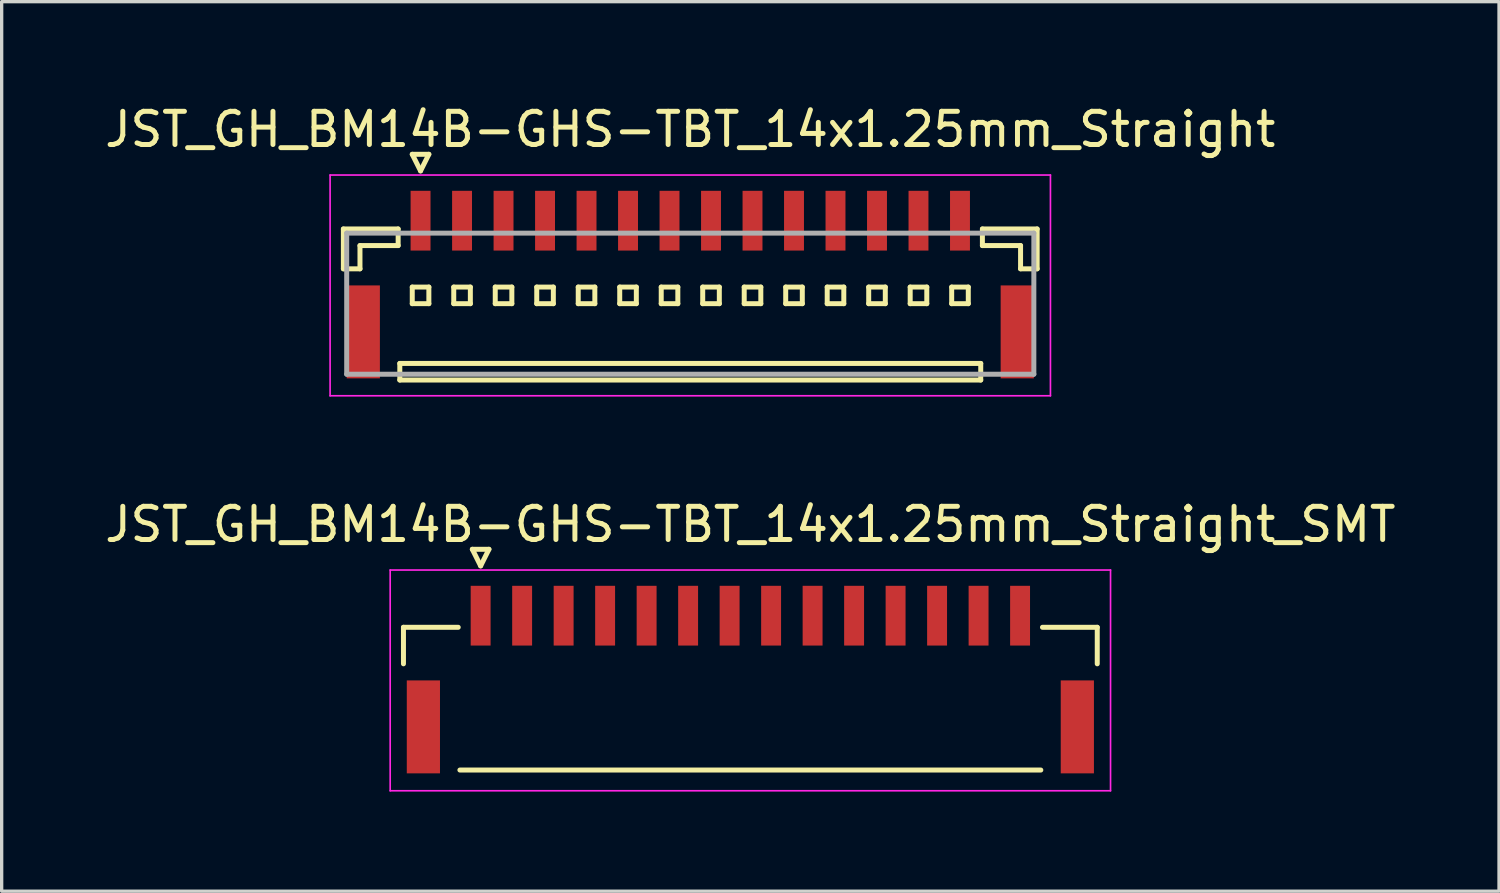
<source format=kicad_pcb>
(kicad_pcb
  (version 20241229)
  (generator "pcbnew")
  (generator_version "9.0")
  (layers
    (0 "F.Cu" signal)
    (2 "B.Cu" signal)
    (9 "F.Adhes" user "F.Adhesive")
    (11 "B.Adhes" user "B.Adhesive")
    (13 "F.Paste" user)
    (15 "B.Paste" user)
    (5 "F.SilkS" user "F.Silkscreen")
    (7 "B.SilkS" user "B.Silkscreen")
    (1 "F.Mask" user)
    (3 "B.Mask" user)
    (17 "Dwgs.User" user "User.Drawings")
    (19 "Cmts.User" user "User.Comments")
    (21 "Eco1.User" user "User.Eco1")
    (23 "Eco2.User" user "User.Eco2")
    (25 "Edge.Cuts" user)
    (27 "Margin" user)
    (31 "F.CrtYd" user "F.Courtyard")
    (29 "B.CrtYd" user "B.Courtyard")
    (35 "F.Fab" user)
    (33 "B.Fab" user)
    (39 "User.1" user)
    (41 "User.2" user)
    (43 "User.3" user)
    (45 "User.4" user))
  (footprint "JST_GH_BM14B-GHS-TBT_14x1.25mm_Straight"
    (layer "F.Cu")
    (at 17.744 5.273)
    (property "Reference" "JST_GH_BM14B-GHS-TBT_14x1.25mm_Straight" (at 0 -4.425 0) (layer "F.SilkS") (effects (font (size 1 1) (thickness 0.15))))
    (attr smd)
    (fp_line (start -10.45 -1.425) (end -8.8 -1.425) (stroke (width 0.15) (type solid)) (layer "F.SilkS"))
    (fp_line (start -10.45 -0.225) (end -10.45 -1.425) (stroke (width 0.15) (type solid)) (layer "F.SilkS"))
    (fp_line (start -9.95 -0.925) (end -9.95 -0.225) (stroke (width 0.15) (type solid)) (layer "F.SilkS"))
    (fp_line (start -9.95 -0.225) (end -10.45 -0.225) (stroke (width 0.15) (type solid)) (layer "F.SilkS"))
    (fp_line (start -8.8 -1.425) (end -8.8 -0.925) (stroke (width 0.15) (type solid)) (layer "F.SilkS"))
    (fp_line (start -8.8 -0.925) (end -9.95 -0.925) (stroke (width 0.15) (type solid)) (layer "F.SilkS"))
    (fp_line (start -8.75 2.625) (end -8.75 3.125) (stroke (width 0.15) (type solid)) (layer "F.SilkS"))
    (fp_line (start -8.75 3.125) (end 8.75 3.125) (stroke (width 0.15) (type solid)) (layer "F.SilkS"))
    (fp_line (start -8.375 -3.675) (end -7.875 -3.675) (stroke (width 0.15) (type solid)) (layer "F.SilkS"))
    (fp_line (start -8.375 0.325) (end -8.375 0.825) (stroke (width 0.15) (type solid)) (layer "F.SilkS"))
    (fp_line (start -8.375 0.825) (end -7.875 0.825) (stroke (width 0.15) (type solid)) (layer "F.SilkS"))
    (fp_line (start -8.125 -3.175) (end -8.375 -3.675) (stroke (width 0.15) (type solid)) (layer "F.SilkS"))
    (fp_line (start -7.875 -3.675) (end -8.125 -3.175) (stroke (width 0.15) (type solid)) (layer "F.SilkS"))
    (fp_line (start -7.875 0.325) (end -8.375 0.325) (stroke (width 0.15) (type solid)) (layer "F.SilkS"))
    (fp_line (start -7.875 0.825) (end -7.875 0.325) (stroke (width 0.15) (type solid)) (layer "F.SilkS"))
    (fp_line (start -7.125 0.325) (end -7.125 0.825) (stroke (width 0.15) (type solid)) (layer "F.SilkS"))
    (fp_line (start -7.125 0.825) (end -6.625 0.825) (stroke (width 0.15) (type solid)) (layer "F.SilkS"))
    (fp_line (start -6.625 0.325) (end -7.125 0.325) (stroke (width 0.15) (type solid)) (layer "F.SilkS"))
    (fp_line (start -6.625 0.825) (end -6.625 0.325) (stroke (width 0.15) (type solid)) (layer "F.SilkS"))
    (fp_line (start -5.875 0.325) (end -5.875 0.825) (stroke (width 0.15) (type solid)) (layer "F.SilkS"))
    (fp_line (start -5.875 0.825) (end -5.375 0.825) (stroke (width 0.15) (type solid)) (layer "F.SilkS"))
    (fp_line (start -5.375 0.325) (end -5.875 0.325) (stroke (width 0.15) (type solid)) (layer "F.SilkS"))
    (fp_line (start -5.375 0.825) (end -5.375 0.325) (stroke (width 0.15) (type solid)) (layer "F.SilkS"))
    (fp_line (start -4.625 0.325) (end -4.625 0.825) (stroke (width 0.15) (type solid)) (layer "F.SilkS"))
    (fp_line (start -4.625 0.825) (end -4.125 0.825) (stroke (width 0.15) (type solid)) (layer "F.SilkS"))
    (fp_line (start -4.125 0.325) (end -4.625 0.325) (stroke (width 0.15) (type solid)) (layer "F.SilkS"))
    (fp_line (start -4.125 0.825) (end -4.125 0.325) (stroke (width 0.15) (type solid)) (layer "F.SilkS"))
    (fp_line (start -3.375 0.325) (end -3.375 0.825) (stroke (width 0.15) (type solid)) (layer "F.SilkS"))
    (fp_line (start -3.375 0.825) (end -2.875 0.825) (stroke (width 0.15) (type solid)) (layer "F.SilkS"))
    (fp_line (start -2.875 0.325) (end -3.375 0.325) (stroke (width 0.15) (type solid)) (layer "F.SilkS"))
    (fp_line (start -2.875 0.825) (end -2.875 0.325) (stroke (width 0.15) (type solid)) (layer "F.SilkS"))
    (fp_line (start -2.125 0.325) (end -2.125 0.825) (stroke (width 0.15) (type solid)) (layer "F.SilkS"))
    (fp_line (start -2.125 0.825) (end -1.625 0.825) (stroke (width 0.15) (type solid)) (layer "F.SilkS"))
    (fp_line (start -1.625 0.325) (end -2.125 0.325) (stroke (width 0.15) (type solid)) (layer "F.SilkS"))
    (fp_line (start -1.625 0.825) (end -1.625 0.325) (stroke (width 0.15) (type solid)) (layer "F.SilkS"))
    (fp_line (start -0.875 0.325) (end -0.875 0.825) (stroke (width 0.15) (type solid)) (layer "F.SilkS"))
    (fp_line (start -0.875 0.825) (end -0.375 0.825) (stroke (width 0.15) (type solid)) (layer "F.SilkS"))
    (fp_line (start -0.375 0.325) (end -0.875 0.325) (stroke (width 0.15) (type solid)) (layer "F.SilkS"))
    (fp_line (start -0.375 0.825) (end -0.375 0.325) (stroke (width 0.15) (type solid)) (layer "F.SilkS"))
    (fp_line (start 0.375 0.325) (end 0.375 0.825) (stroke (width 0.15) (type solid)) (layer "F.SilkS"))
    (fp_line (start 0.375 0.825) (end 0.875 0.825) (stroke (width 0.15) (type solid)) (layer "F.SilkS"))
    (fp_line (start 0.875 0.325) (end 0.375 0.325) (stroke (width 0.15) (type solid)) (layer "F.SilkS"))
    (fp_line (start 0.875 0.825) (end 0.875 0.325) (stroke (width 0.15) (type solid)) (layer "F.SilkS"))
    (fp_line (start 1.625 0.325) (end 1.625 0.825) (stroke (width 0.15) (type solid)) (layer "F.SilkS"))
    (fp_line (start 1.625 0.825) (end 2.125 0.825) (stroke (width 0.15) (type solid)) (layer "F.SilkS"))
    (fp_line (start 2.125 0.325) (end 1.625 0.325) (stroke (width 0.15) (type solid)) (layer "F.SilkS"))
    (fp_line (start 2.125 0.825) (end 2.125 0.325) (stroke (width 0.15) (type solid)) (layer "F.SilkS"))
    (fp_line (start 2.875 0.325) (end 2.875 0.825) (stroke (width 0.15) (type solid)) (layer "F.SilkS"))
    (fp_line (start 2.875 0.825) (end 3.375 0.825) (stroke (width 0.15) (type solid)) (layer "F.SilkS"))
    (fp_line (start 3.375 0.325) (end 2.875 0.325) (stroke (width 0.15) (type solid)) (layer "F.SilkS"))
    (fp_line (start 3.375 0.825) (end 3.375 0.325) (stroke (width 0.15) (type solid)) (layer "F.SilkS"))
    (fp_line (start 4.125 0.325) (end 4.125 0.825) (stroke (width 0.15) (type solid)) (layer "F.SilkS"))
    (fp_line (start 4.125 0.825) (end 4.625 0.825) (stroke (width 0.15) (type solid)) (layer "F.SilkS"))
    (fp_line (start 4.625 0.325) (end 4.125 0.325) (stroke (width 0.15) (type solid)) (layer "F.SilkS"))
    (fp_line (start 4.625 0.825) (end 4.625 0.325) (stroke (width 0.15) (type solid)) (layer "F.SilkS"))
    (fp_line (start 5.375 0.325) (end 5.375 0.825) (stroke (width 0.15) (type solid)) (layer "F.SilkS"))
    (fp_line (start 5.375 0.825) (end 5.875 0.825) (stroke (width 0.15) (type solid)) (layer "F.SilkS"))
    (fp_line (start 5.875 0.325) (end 5.375 0.325) (stroke (width 0.15) (type solid)) (layer "F.SilkS"))
    (fp_line (start 5.875 0.825) (end 5.875 0.325) (stroke (width 0.15) (type solid)) (layer "F.SilkS"))
    (fp_line (start 6.625 0.325) (end 6.625 0.825) (stroke (width 0.15) (type solid)) (layer "F.SilkS"))
    (fp_line (start 6.625 0.825) (end 7.125 0.825) (stroke (width 0.15) (type solid)) (layer "F.SilkS"))
    (fp_line (start 7.125 0.325) (end 6.625 0.325) (stroke (width 0.15) (type solid)) (layer "F.SilkS"))
    (fp_line (start 7.125 0.825) (end 7.125 0.325) (stroke (width 0.15) (type solid)) (layer "F.SilkS"))
    (fp_line (start 7.875 0.325) (end 7.875 0.825) (stroke (width 0.15) (type solid)) (layer "F.SilkS"))
    (fp_line (start 7.875 0.825) (end 8.375 0.825) (stroke (width 0.15) (type solid)) (layer "F.SilkS"))
    (fp_line (start 8.375 0.325) (end 7.875 0.325) (stroke (width 0.15) (type solid)) (layer "F.SilkS"))
    (fp_line (start 8.375 0.825) (end 8.375 0.325) (stroke (width 0.15) (type solid)) (layer "F.SilkS"))
    (fp_line (start 8.75 2.625) (end -8.75 2.625) (stroke (width 0.15) (type solid)) (layer "F.SilkS"))
    (fp_line (start 8.75 3.125) (end 8.75 2.625) (stroke (width 0.15) (type solid)) (layer "F.SilkS"))
    (fp_line (start 8.8 -1.425) (end 8.8 -0.925) (stroke (width 0.15) (type solid)) (layer "F.SilkS"))
    (fp_line (start 8.8 -0.925) (end 9.95 -0.925) (stroke (width 0.15) (type solid)) (layer "F.SilkS"))
    (fp_line (start 9.95 -0.925) (end 9.95 -0.225) (stroke (width 0.15) (type solid)) (layer "F.SilkS"))
    (fp_line (start 9.95 -0.225) (end 10.45 -0.225) (stroke (width 0.15) (type solid)) (layer "F.SilkS"))
    (fp_line (start 10.45 -1.425) (end 8.8 -1.425) (stroke (width 0.15) (type solid)) (layer "F.SilkS"))
    (fp_line (start 10.45 -0.225) (end 10.45 -1.425) (stroke (width 0.15) (type solid)) (layer "F.SilkS"))
    (fp_line (start -10.85 -3.05) (end -10.85 3.6) (stroke (width 0.05) (type solid)) (layer "F.CrtYd"))
    (fp_line (start -10.85 3.6) (end 10.85 3.6) (stroke (width 0.05) (type solid)) (layer "F.CrtYd"))
    (fp_line (start 10.85 -3.05) (end -10.85 -3.05) (stroke (width 0.05) (type solid)) (layer "F.CrtYd"))
    (fp_line (start 10.85 3.6) (end 10.85 -3.05) (stroke (width 0.05) (type solid)) (layer "F.CrtYd"))
    (fp_line (start -10.35 -1.3) (end -10.35 2.95) (stroke (width 0.15) (type solid)) (layer "F.Fab"))
    (fp_line (start -10.35 2.95) (end 10.35 2.95) (stroke (width 0.15) (type solid)) (layer "F.Fab"))
    (fp_line (start 10.35 -1.3) (end -10.35 -1.3) (stroke (width 0.15) (type solid)) (layer "F.Fab"))
    (fp_line (start 10.35 2.95) (end 10.35 -1.3) (stroke (width 0.15) (type solid)) (layer "F.Fab"))
    (pad "" smd rect (at -9.85 1.675) (size 1 2.8) (layers "F.Cu" "F.Mask" "F.Paste"))
    (pad "" smd rect (at 9.85 1.675) (size 1 2.8) (layers "F.Cu" "F.Mask" "F.Paste"))
    (pad "1" smd rect (at -8.125 -1.675) (size 0.6 1.8) (layers "F.Cu" "F.Mask" "F.Paste"))
    (pad "2" smd rect (at -6.875 -1.675) (size 0.6 1.8) (layers "F.Cu" "F.Mask" "F.Paste"))
    (pad "3" smd rect (at -5.625 -1.675) (size 0.6 1.8) (layers "F.Cu" "F.Mask" "F.Paste"))
    (pad "4" smd rect (at -4.375 -1.675) (size 0.6 1.8) (layers "F.Cu" "F.Mask" "F.Paste"))
    (pad "5" smd rect (at -3.125 -1.675) (size 0.6 1.8) (layers "F.Cu" "F.Mask" "F.Paste"))
    (pad "6" smd rect (at -1.875 -1.675) (size 0.6 1.8) (layers "F.Cu" "F.Mask" "F.Paste"))
    (pad "7" smd rect (at -0.625 -1.675) (size 0.6 1.8) (layers "F.Cu" "F.Mask" "F.Paste"))
    (pad "8" smd rect (at 0.625 -1.675) (size 0.6 1.8) (layers "F.Cu" "F.Mask" "F.Paste"))
    (pad "9" smd rect (at 1.875 -1.675) (size 0.6 1.8) (layers "F.Cu" "F.Mask" "F.Paste"))
    (pad "10" smd rect (at 3.125 -1.675) (size 0.6 1.8) (layers "F.Cu" "F.Mask" "F.Paste"))
    (pad "11" smd rect (at 4.375 -1.675) (size 0.6 1.8) (layers "F.Cu" "F.Mask" "F.Paste"))
    (pad "12" smd rect (at 5.625 -1.675) (size 0.6 1.8) (layers "F.Cu" "F.Mask" "F.Paste"))
    (pad "13" smd rect (at 6.875 -1.675) (size 0.6 1.8) (layers "F.Cu" "F.Mask" "F.Paste"))
    (pad "14" smd rect (at 8.125 -1.675) (size 0.6 1.8) (layers "F.Cu" "F.Mask" "F.Paste")))
  (footprint "JST_GH_BM14B-GHS-TBT_14x1.25mm_Straight_SMT"
    (layer "F.Cu")
    (at 19.554 17.172)
    (property "Reference" "JST_GH_BM14B-GHS-TBT_14x1.25mm_Straight_SMT" (at 0 -4.425 0) (layer "F.SilkS") (effects (font (size 1 1) (thickness 0.15))))
    (attr smd)
    (fp_line (start -10.45 -1.325) (end -8.8 -1.325) (stroke (width 0.15) (type solid)) (layer "F.SilkS"))
    (fp_line (start -10.45 -0.225) (end -10.45 -1.325) (stroke (width 0.15) (type solid)) (layer "F.SilkS"))
    (fp_line (start -8.75 2.975) (end 8.75 2.975) (stroke (width 0.15) (type solid)) (layer "F.SilkS"))
    (fp_line (start -8.375 -3.675) (end -7.875 -3.675) (stroke (width 0.15) (type solid)) (layer "F.SilkS"))
    (fp_line (start -8.125 -3.175) (end -8.375 -3.675) (stroke (width 0.15) (type solid)) (layer "F.SilkS"))
    (fp_line (start -7.875 -3.675) (end -8.125 -3.175) (stroke (width 0.15) (type solid)) (layer "F.SilkS"))
    (fp_line (start 10.45 -1.325) (end 8.8 -1.325) (stroke (width 0.15) (type solid)) (layer "F.SilkS"))
    (fp_line (start 10.45 -0.225) (end 10.45 -1.325) (stroke (width 0.15) (type solid)) (layer "F.SilkS"))
    (fp_line (start -10.85 -3.05) (end -10.85 3.6) (stroke (width 0.05) (type solid)) (layer "F.CrtYd"))
    (fp_line (start -10.85 3.6) (end 10.85 3.6) (stroke (width 0.05) (type solid)) (layer "F.CrtYd"))
    (fp_line (start 10.85 -3.05) (end -10.85 -3.05) (stroke (width 0.05) (type solid)) (layer "F.CrtYd"))
    (fp_line (start 10.85 3.6) (end 10.85 -3.05) (stroke (width 0.05) (type solid)) (layer "F.CrtYd"))
    (pad "" smd rect (at -9.85 1.675) (size 1 2.8) (layers "F.Cu" "F.Mask" "F.Paste"))
    (pad "" smd rect (at 9.85 1.675) (size 1 2.8) (layers "F.Cu" "F.Mask" "F.Paste"))
    (pad "1" smd rect (at -8.125 -1.675) (size 0.6 1.8) (layers "F.Cu" "F.Mask" "F.Paste"))
    (pad "2" smd rect (at -6.875 -1.675) (size 0.6 1.8) (layers "F.Cu" "F.Mask" "F.Paste"))
    (pad "3" smd rect (at -5.625 -1.675) (size 0.6 1.8) (layers "F.Cu" "F.Mask" "F.Paste"))
    (pad "4" smd rect (at -4.375 -1.675) (size 0.6 1.8) (layers "F.Cu" "F.Mask" "F.Paste"))
    (pad "5" smd rect (at -3.125 -1.675) (size 0.6 1.8) (layers "F.Cu" "F.Mask" "F.Paste"))
    (pad "6" smd rect (at -1.875 -1.675) (size 0.6 1.8) (layers "F.Cu" "F.Mask" "F.Paste"))
    (pad "7" smd rect (at -0.625 -1.675) (size 0.6 1.8) (layers "F.Cu" "F.Mask" "F.Paste"))
    (pad "8" smd rect (at 0.625 -1.675) (size 0.6 1.8) (layers "F.Cu" "F.Mask" "F.Paste"))
    (pad "9" smd rect (at 1.875 -1.675) (size 0.6 1.8) (layers "F.Cu" "F.Mask" "F.Paste"))
    (pad "10" smd rect (at 3.125 -1.675) (size 0.6 1.8) (layers "F.Cu" "F.Mask" "F.Paste"))
    (pad "11" smd rect (at 4.375 -1.675) (size 0.6 1.8) (layers "F.Cu" "F.Mask" "F.Paste"))
    (pad "12" smd rect (at 5.625 -1.675) (size 0.6 1.8) (layers "F.Cu" "F.Mask" "F.Paste"))
    (pad "13" smd rect (at 6.875 -1.675) (size 0.6 1.8) (layers "F.Cu" "F.Mask" "F.Paste"))
    (pad "14" smd rect (at 8.125 -1.675) (size 0.6 1.8) (layers "F.Cu" "F.Mask" "F.Paste")))
  (gr_rect
    (start -3 -3)
    (end 42.107 23.797)
    (stroke (width 0.1) (type default))
    (fill no)
    (layer "Edge.Cuts")))
</source>
